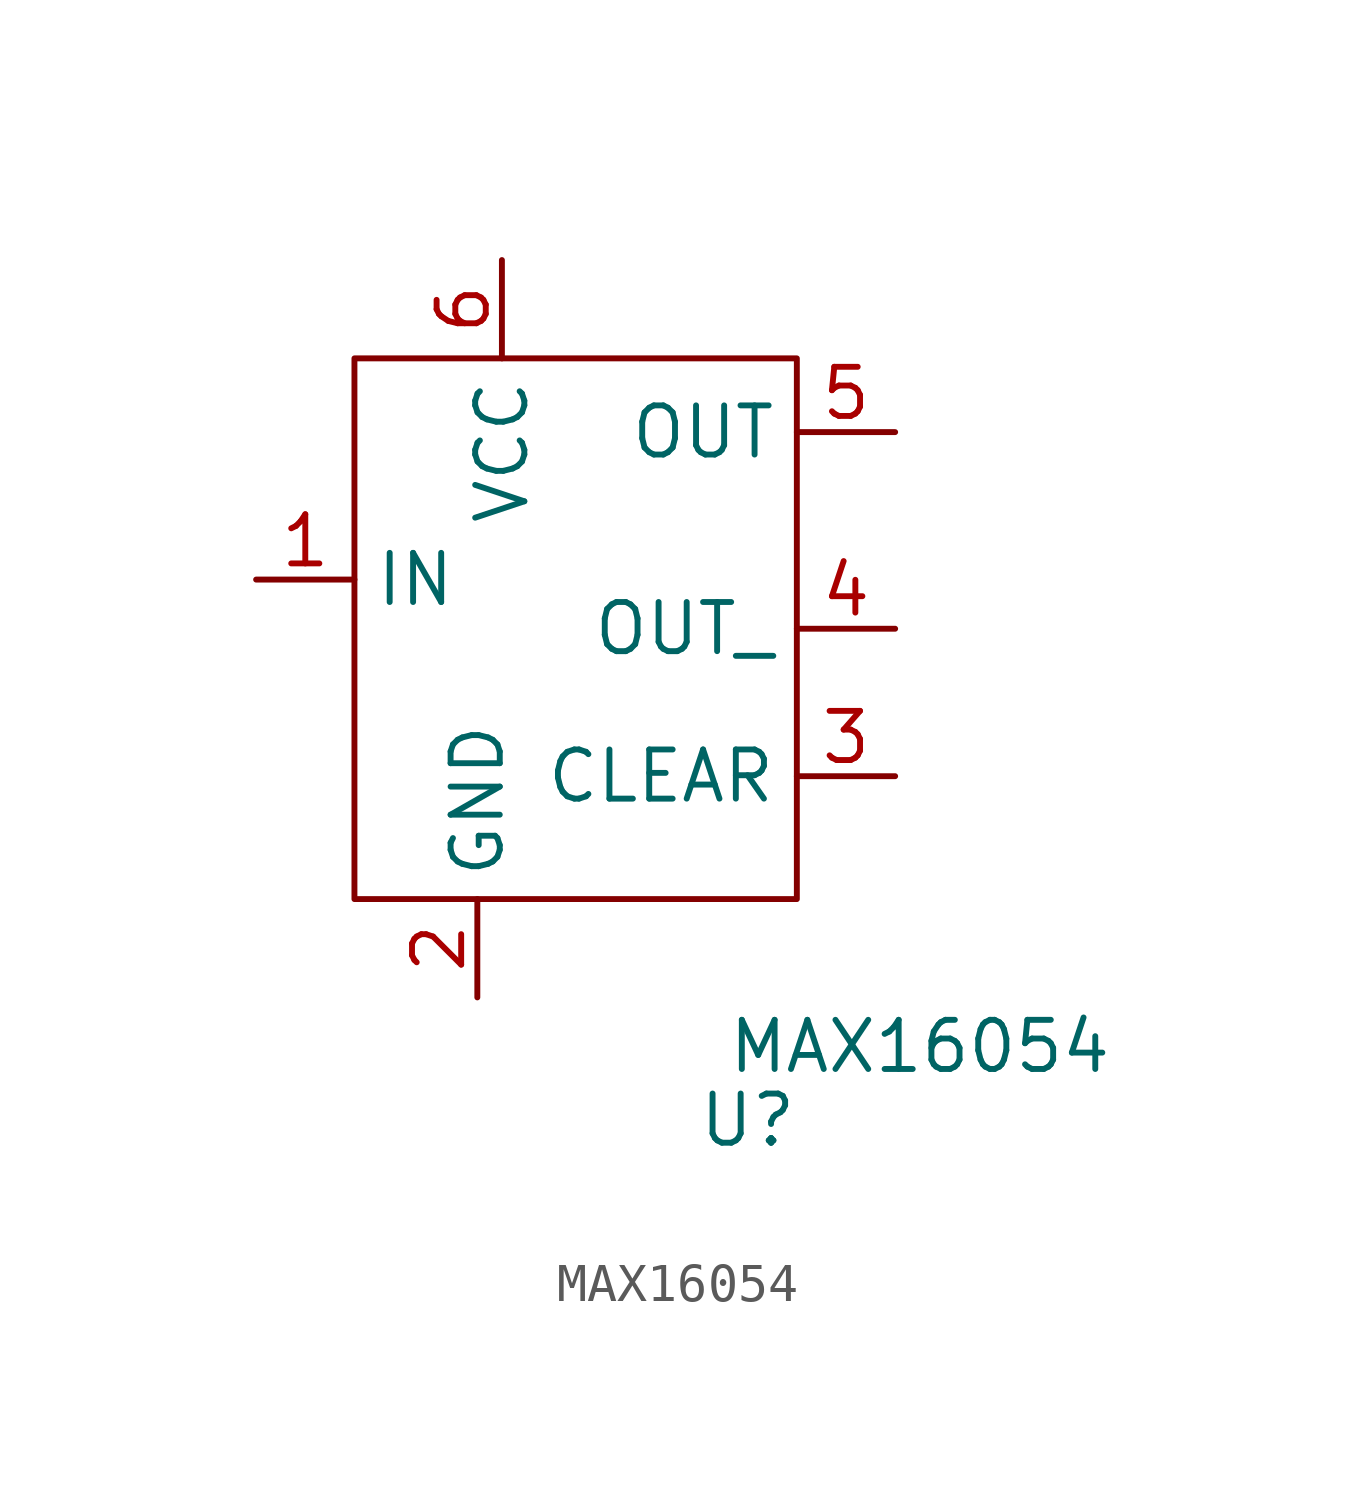
<source format=kicad_sym>
(kicad_symbol_lib
  (version 20211014)
  (generator kicad_symbol_editor)
  (symbol "MAX16054"
    (property "Reference" "U"
      (at 4.445 -12.7 0)
      (effects (font (size 1.27 1.27))))
    (property "Value" "MAX16054"
      (at 8.89 -10.795 0)
      (effects (font (size 1.27 1.27))))
    (symbol "MAX16054_0_1"
      (rectangle (start 5.715 6.985) (end -5.715 -6.985) (stroke (width 0) (type default) (color 0 0 0 0)) (fill (type none))))
    (symbol "MAX16054_1_1"
      (pin input line (at -8.255 1.27 0) (length 2.54) (name "IN" (effects (font (size 1.27 1.27)))) (number "1" (effects (font (size 1.27 1.27)))))
      (pin input line (at -2.54 -9.525 90) (length 2.54) (name "GND" (effects (font (size 1.27 1.27)))) (number "2" (effects (font (size 1.27 1.27)))))
      (pin input line (at 8.255 -3.81 180) (length 2.54) (name "CLEAR" (effects (font (size 1.27 1.27)))) (number "3" (effects (font (size 1.27 1.27)))))
      (pin input line (at 8.255 0 180) (length 2.54) (name "OUT_" (effects (font (size 1.27 1.27)))) (number "4" (effects (font (size 1.27 1.27)))))
      (pin input line (at 8.255 5.08 180) (length 2.54) (name "OUT" (effects (font (size 1.27 1.27)))) (number "5" (effects (font (size 1.27 1.27)))))
      (pin input line (at -1.905 9.525 270) (length 2.54) (name "VCC" (effects (font (size 1.27 1.27)))) (number "6" (effects (font (size 1.27 1.27))))))))
</source>
